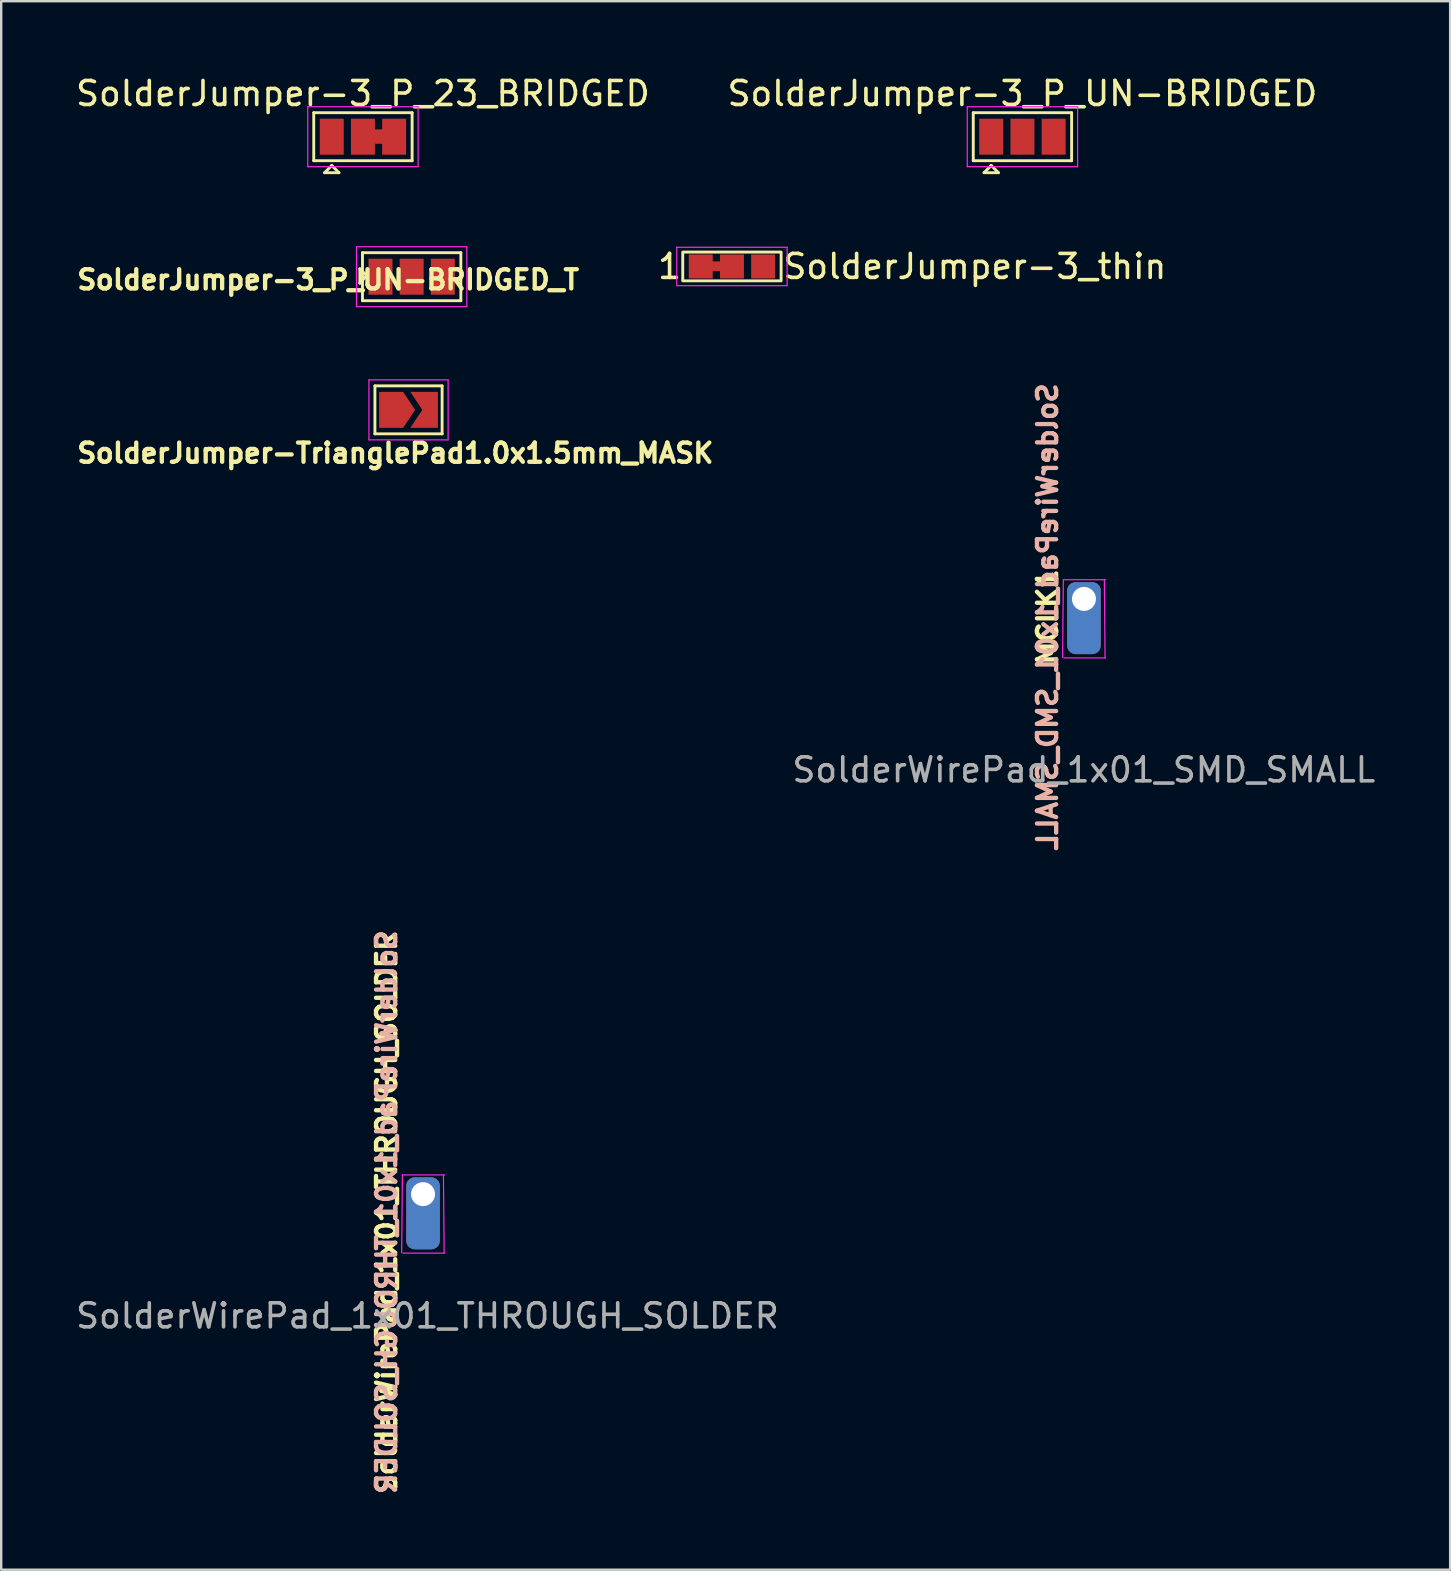
<source format=kicad_pcb>
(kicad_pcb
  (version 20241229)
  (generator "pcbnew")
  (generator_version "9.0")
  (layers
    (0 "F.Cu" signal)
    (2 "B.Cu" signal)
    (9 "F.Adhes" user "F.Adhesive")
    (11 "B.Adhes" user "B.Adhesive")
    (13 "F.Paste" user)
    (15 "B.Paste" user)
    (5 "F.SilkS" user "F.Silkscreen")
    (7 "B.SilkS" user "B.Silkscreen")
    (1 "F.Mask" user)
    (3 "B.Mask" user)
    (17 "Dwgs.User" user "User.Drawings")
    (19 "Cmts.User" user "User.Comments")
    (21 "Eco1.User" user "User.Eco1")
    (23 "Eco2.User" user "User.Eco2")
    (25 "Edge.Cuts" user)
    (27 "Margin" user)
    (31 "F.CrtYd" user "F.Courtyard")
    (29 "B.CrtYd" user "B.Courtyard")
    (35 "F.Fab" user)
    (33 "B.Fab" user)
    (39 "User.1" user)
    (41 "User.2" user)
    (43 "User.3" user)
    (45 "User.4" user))
  (footprint "SolderJumper-3_P_23_BRIDGED"
    (layer "F.Cu")
    (at 12.077 2.648)
    (property "Reference" "SolderJumper-3_P_23_BRIDGED" (at 0 -1.8 0) (layer "F.SilkS") (effects (font (size 1 1) (thickness 0.15))))
    (attr exclude_from_pos_files exclude_from_bom)
    (fp_poly (pts (xy 0.389 -0.305) (xy 0.889 -0.305) (xy 0.889 0.295) (xy 0.389 0.295)) (stroke (width 0) (type solid)) (fill yes) (layer "F.Cu"))
    (fp_line (start -2.05 -1) (end 2.05 -1) (stroke (width 0.12) (type solid)) (layer "F.SilkS"))
    (fp_line (start -2.05 1) (end -2.05 -1) (stroke (width 0.12) (type solid)) (layer "F.SilkS"))
    (fp_line (start -1.6 1.5) (end -1 1.5) (stroke (width 0.12) (type solid)) (layer "F.SilkS"))
    (fp_line (start -1.3 1.2) (end -1.6 1.5) (stroke (width 0.12) (type solid)) (layer "F.SilkS"))
    (fp_line (start -1.3 1.2) (end -1 1.5) (stroke (width 0.12) (type solid)) (layer "F.SilkS"))
    (fp_line (start 2.05 -1) (end 2.05 1) (stroke (width 0.12) (type solid)) (layer "F.SilkS"))
    (fp_line (start 2.05 1) (end -2.05 1) (stroke (width 0.12) (type solid)) (layer "F.SilkS"))
    (fp_line (start -2.3 -1.25) (end -2.3 1.25) (stroke (width 0.05) (type solid)) (layer "F.CrtYd"))
    (fp_line (start -2.3 -1.25) (end 2.3 -1.25) (stroke (width 0.05) (type solid)) (layer "F.CrtYd"))
    (fp_line (start 2.3 1.25) (end -2.3 1.25) (stroke (width 0.05) (type solid)) (layer "F.CrtYd"))
    (fp_line (start 2.3 1.25) (end 2.3 -1.25) (stroke (width 0.05) (type solid)) (layer "F.CrtYd"))
    (pad "1" smd rect (at -1.3 0) (size 1 1.5) (layers "F.Cu" "F.Mask"))
    (pad "2" smd rect (at 0 0) (size 1 1.5) (layers "F.Cu" "F.Mask"))
    (pad "3" smd rect (at 1.3 0) (size 1 1.5) (layers "F.Cu" "F.Mask")))
  (footprint "SolderJumper-TrianglePad1.0x1.5mm_MASK"
    (layer "F.Cu")
    (at 13.977 14.033)
    (property "Reference" "SolderJumper-TrianglePad1.0x1.5mm_MASK" (at -0.549 1.802 180) (layer "F.SilkS") (effects (font (size 0.8 0.8) (thickness 0.18))))
    (attr exclude_from_pos_files exclude_from_bom)
    (fp_poly (pts (xy 1.219 0.742) (xy -1.219 0.747) (xy -1.224 -0.752) (xy 1.214 -0.752)) (stroke (width 0.1) (type solid)) (fill yes) (layer "F.Mask"))
    (fp_line (start -1.4 -1) (end 1.4 -1) (stroke (width 0.12) (type solid)) (layer "F.SilkS"))
    (fp_line (start -1.4 1) (end -1.4 -1) (stroke (width 0.12) (type solid)) (layer "F.SilkS"))
    (fp_line (start 1.4 -1) (end 1.4 1) (stroke (width 0.12) (type solid)) (layer "F.SilkS"))
    (fp_line (start 1.4 1) (end -1.4 1) (stroke (width 0.12) (type solid)) (layer "F.SilkS"))
    (fp_line (start -1.65 -1.25) (end -1.65 1.25) (stroke (width 0.05) (type solid)) (layer "F.CrtYd"))
    (fp_line (start -1.65 -1.25) (end 1.65 -1.25) (stroke (width 0.05) (type solid)) (layer "F.CrtYd"))
    (fp_line (start 1.65 1.25) (end -1.65 1.25) (stroke (width 0.05) (type solid)) (layer "F.CrtYd"))
    (fp_line (start 1.65 1.25) (end 1.65 -1.25) (stroke (width 0.05) (type solid)) (layer "F.CrtYd"))
    (pad "1" smd custom (at -0.725 0) (size 0.3 0.3) (layers "F.Cu" "F.Mask") (options (anchor rect)) (primitives (gr_poly (pts (xy -0.5 -0.75) (xy 0.5 -0.75) (xy 1 0) (xy 0.5 0.75) (xy -0.5 0.75)) (width 0) (fill yes))))
    (pad "2" smd custom (at 0.725 0) (size 0.3 0.3) (layers "F.Cu" "F.Mask") (options (anchor rect)) (primitives (gr_poly (pts (xy -0.65 -0.75) (xy 0.5 -0.75) (xy 0.5 0.75) (xy -0.65 0.75) (xy -0.15 0)) (width 0) (fill yes)))))
  (footprint "SolderWirePad_1x01_THROUGH_SOLDER"
    (layer "F.Cu")
    (at 14.552 47.521)
    (property "Reference" "SolderWirePad_1x01_THROUGH_SOLDER" (at -1.49 -0.05 270) (layer "B.SilkS") (effects (font (size 0.8 0.8) (thickness 0.18)) (justify mirror)))
    (attr smd exclude_from_pos_files exclude_from_bom)
    (fp_line (start -0.83 -1.6) (end -0.86 1.64) (stroke (width 0.05) (type solid)) (layer "F.CrtYd"))
    (fp_line (start -0.81 1.66) (end 0.93 1.66) (stroke (width 0.05) (type solid)) (layer "F.CrtYd"))
    (fp_line (start 0.91 1.66) (end 0.88 -1.6) (stroke (width 0.05) (type solid)) (layer "F.CrtYd"))
    (fp_line (start 0.93 -1.6) (end -0.83 -1.6) (stroke (width 0.05) (type solid)) (layer "F.CrtYd"))
    (fp_text user "${REFERENCE}" (at -1.49 -0.05 90) (layer "F.SilkS") (effects (font (size 0.8 0.8) (thickness 0.18))))
    (fp_text user "${REFERENCE}" (at 0.215 4.275 0) (layer "F.Fab") (effects (font (size 1 1) (thickness 0.15))))
    (pad "1" thru_hole roundrect (at 0.03 -0.8) (size 1.4 3) (drill 1 (offset 0 0.8)) (layers "*.Cu" "*.Mask") (roundrect_rratio 0.25)))
  (footprint "SolderWirePad_1x01_SMD_SMALL"
    (layer "F.Cu")
    (at 42.099 22.713)
    (property "Reference" "SolderWirePad_1x01_SMD_SMALL" (at -1.49 -0.05 270) (layer "B.SilkS") (effects (font (size 0.8 0.8) (thickness 0.18)) (justify mirror)))
    (attr smd exclude_from_pos_files exclude_from_bom)
    (fp_line (start -0.83 -1.6) (end -0.86 1.64) (stroke (width 0.05) (type solid)) (layer "F.CrtYd"))
    (fp_line (start -0.81 1.66) (end 0.93 1.66) (stroke (width 0.05) (type solid)) (layer "F.CrtYd"))
    (fp_line (start 0.91 1.66) (end 0.88 -1.6) (stroke (width 0.05) (type solid)) (layer "F.CrtYd"))
    (fp_line (start 0.93 -1.6) (end -0.83 -1.6) (stroke (width 0.05) (type solid)) (layer "F.CrtYd"))
    (fp_text user "MCLK1" (at -1.49 -0.05 90) (layer "F.SilkS") (effects (font (size 0.8 0.8) (thickness 0.18))))
    (fp_text user "${REFERENCE}" (at 0.025 6.325 0) (layer "F.Fab") (effects (font (size 1 1) (thickness 0.15))))
    (pad "1" thru_hole roundrect (at 0.03 -0.8) (size 1.4 3) (drill 1 (offset 0 0.8)) (layers "*.Cu" "*.Mask") (roundrect_rratio 0.25)))
  (footprint "SolderJumper-3_P_UN-BRIDGED_T"
    (layer "F.Cu")
    (at 14.108 8.483)
    (property "Reference" "SolderJumper-3_P_UN-BRIDGED_T" (at -3.48 0.127 180) (layer "F.SilkS") (effects (font (size 0.8 0.8) (thickness 0.18))))
    (attr exclude_from_pos_files exclude_from_bom)
    (fp_line (start -2.159 -0.33) (end -2.159 0.27) (stroke (width 0.12) (type solid)) (layer "F.SilkS"))
    (fp_line (start -2.05 -1) (end 2.05 -1) (stroke (width 0.12) (type solid)) (layer "F.SilkS"))
    (fp_line (start -2.05 1) (end -2.05 -1) (stroke (width 0.12) (type solid)) (layer "F.SilkS"))
    (fp_line (start -1.88 -0.051) (end -2.159 -0.33) (stroke (width 0.12) (type solid)) (layer "F.SilkS"))
    (fp_line (start -1.88 -0.051) (end -2.159 0.27) (stroke (width 0.12) (type solid)) (layer "F.SilkS"))
    (fp_line (start 2.05 -1) (end 2.05 1) (stroke (width 0.12) (type solid)) (layer "F.SilkS"))
    (fp_line (start 2.05 1) (end -2.05 1) (stroke (width 0.12) (type solid)) (layer "F.SilkS"))
    (fp_line (start -2.3 -1.25) (end -2.3 1.25) (stroke (width 0.05) (type solid)) (layer "F.CrtYd"))
    (fp_line (start -2.3 -1.25) (end 2.3 -1.25) (stroke (width 0.05) (type solid)) (layer "F.CrtYd"))
    (fp_line (start 2.3 1.25) (end -2.3 1.25) (stroke (width 0.05) (type solid)) (layer "F.CrtYd"))
    (fp_line (start 2.3 1.25) (end 2.3 -1.25) (stroke (width 0.05) (type solid)) (layer "F.CrtYd"))
    (pad "1" smd rect (at -1.3 0) (size 1 1.5) (layers "F.Cu" "F.Mask"))
    (pad "2" smd rect (at 0 0) (size 1 1.5) (layers "F.Cu" "F.Mask"))
    (pad "3" smd rect (at 1.3 0) (size 1 1.5) (layers "F.Cu" "F.Mask")))
  (footprint "SolderJumper-3_P_UN-BRIDGED"
    (layer "F.Cu")
    (at 39.565 2.648)
    (property "Reference" "SolderJumper-3_P_UN-BRIDGED" (at 0 -1.8 0) (layer "F.SilkS") (effects (font (size 1 1) (thickness 0.15))))
    (attr exclude_from_pos_files exclude_from_bom)
    (fp_line (start -2.05 -1) (end 2.05 -1) (stroke (width 0.12) (type solid)) (layer "F.SilkS"))
    (fp_line (start -2.05 1) (end -2.05 -1) (stroke (width 0.12) (type solid)) (layer "F.SilkS"))
    (fp_line (start -1.6 1.5) (end -1 1.5) (stroke (width 0.12) (type solid)) (layer "F.SilkS"))
    (fp_line (start -1.3 1.2) (end -1.6 1.5) (stroke (width 0.12) (type solid)) (layer "F.SilkS"))
    (fp_line (start -1.3 1.2) (end -1 1.5) (stroke (width 0.12) (type solid)) (layer "F.SilkS"))
    (fp_line (start 2.05 -1) (end 2.05 1) (stroke (width 0.12) (type solid)) (layer "F.SilkS"))
    (fp_line (start 2.05 1) (end -2.05 1) (stroke (width 0.12) (type solid)) (layer "F.SilkS"))
    (fp_line (start -2.3 -1.25) (end -2.3 1.25) (stroke (width 0.05) (type solid)) (layer "F.CrtYd"))
    (fp_line (start -2.3 -1.25) (end 2.3 -1.25) (stroke (width 0.05) (type solid)) (layer "F.CrtYd"))
    (fp_line (start 2.3 1.25) (end -2.3 1.25) (stroke (width 0.05) (type solid)) (layer "F.CrtYd"))
    (fp_line (start 2.3 1.25) (end 2.3 -1.25) (stroke (width 0.05) (type solid)) (layer "F.CrtYd"))
    (pad "1" smd rect (at -1.3 0) (size 1 1.5) (layers "F.Cu" "F.Mask"))
    (pad "2" smd rect (at 0 0) (size 1 1.5) (layers "F.Cu" "F.Mask"))
    (pad "3" smd rect (at 1.3 0) (size 1 1.5) (layers "F.Cu" "F.Mask")))
  (footprint "SolderJumper-3_thin"
    (layer "F.Cu")
    (at 27.457 8.056)
    (property "Reference" "SolderJumper-3_thin" (at 2.05 0 0) (unlocked yes) (layer "F.SilkS") (effects (font (size 1 1) (thickness 0.15)) (justify left)))
    (attr exclude_from_pos_files exclude_from_bom)
    (fp_poly (pts (xy -0.9 -0.21) (xy -0.4 -0.21) (xy -0.4 0.19) (xy -0.9 0.19)) (stroke (width 0) (type solid)) (fill yes) (layer "F.Cu"))
    (fp_line (start -2.05 0.6) (end -2.05 -0.6) (stroke (width 0.12) (type solid)) (layer "F.SilkS"))
    (fp_line (start -2 -0.6) (end 2 -0.6) (stroke (width 0.12) (type solid)) (layer "F.SilkS"))
    (fp_line (start 2 0.6) (end -2 0.6) (stroke (width 0.12) (type solid)) (layer "F.SilkS"))
    (fp_line (start 2.05 -0.6) (end 2.05 0.6) (stroke (width 0.12) (type solid)) (layer "F.SilkS"))
    (fp_line (start -2.3 -0.8) (end -2.3 0.8) (stroke (width 0.05) (type solid)) (layer "F.CrtYd"))
    (fp_line (start -2.3 -0.8) (end 2.3 -0.8) (stroke (width 0.05) (type solid)) (layer "F.CrtYd"))
    (fp_line (start 2.3 0.8) (end -2.3 0.8) (stroke (width 0.05) (type solid)) (layer "F.CrtYd"))
    (fp_line (start 2.3 0.8) (end 2.3 -0.8) (stroke (width 0.05) (type solid)) (layer "F.CrtYd"))
    (fp_text user "1" (at -2.6 0 0) (layer "F.SilkS") (effects (font (size 1 1) (thickness 0.15))))
    (pad "1" smd rect (at -1.3 0) (size 1 1) (layers "F.Cu" "F.Mask"))
    (pad "2" smd rect (at 0 0) (size 1 1) (layers "F.Cu" "F.Mask"))
    (pad "3" smd rect (at 1.3 0) (size 1 1) (layers "F.Cu" "F.Mask")))
  (gr_rect
    (start -3 -3)
    (end 57.392 62.375)
    (stroke (width 0.1) (type default))
    (fill no)
    (layer "Edge.Cuts")))
</source>
